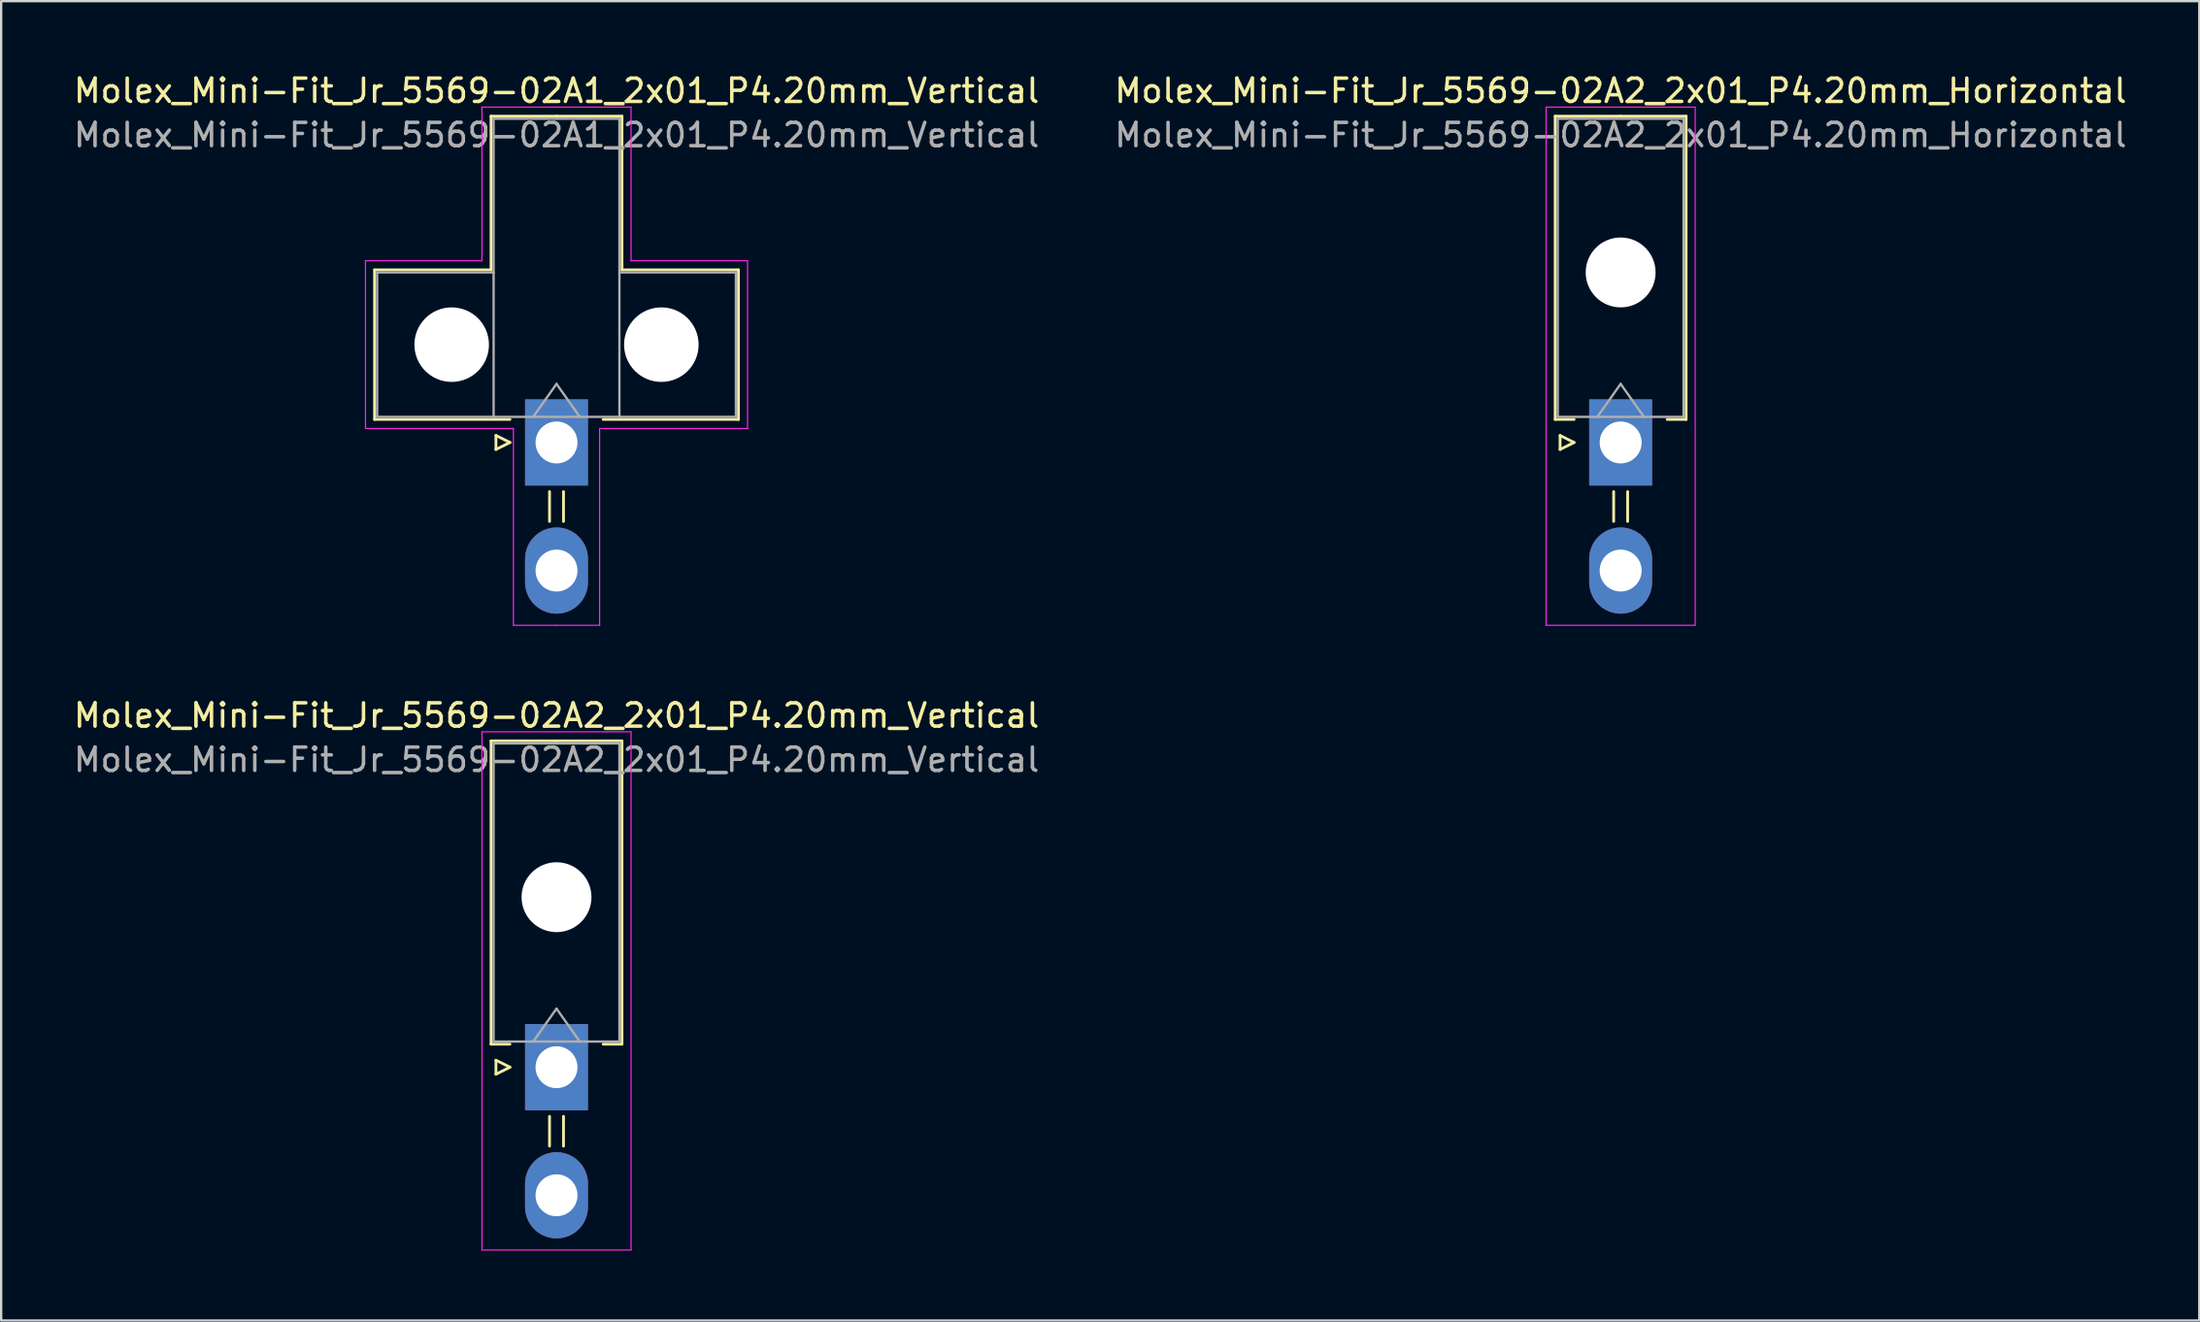
<source format=kicad_pcb>
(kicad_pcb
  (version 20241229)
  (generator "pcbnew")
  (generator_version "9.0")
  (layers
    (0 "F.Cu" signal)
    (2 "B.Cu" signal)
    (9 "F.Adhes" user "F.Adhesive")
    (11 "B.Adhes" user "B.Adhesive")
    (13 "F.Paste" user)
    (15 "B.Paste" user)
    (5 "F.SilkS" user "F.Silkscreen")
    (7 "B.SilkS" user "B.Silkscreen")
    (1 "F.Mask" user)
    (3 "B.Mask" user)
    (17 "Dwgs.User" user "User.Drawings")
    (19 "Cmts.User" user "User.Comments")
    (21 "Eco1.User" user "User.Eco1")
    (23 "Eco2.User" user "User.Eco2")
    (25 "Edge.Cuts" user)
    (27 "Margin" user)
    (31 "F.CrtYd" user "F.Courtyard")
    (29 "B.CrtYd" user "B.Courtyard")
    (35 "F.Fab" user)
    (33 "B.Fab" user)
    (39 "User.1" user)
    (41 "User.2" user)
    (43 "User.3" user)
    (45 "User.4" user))
  (footprint "Molex_Mini-Fit_Jr_5569-02A1_2x01_P4.20mm_Vertical"
    (layer "F.Cu")
    (at 20.839 15.948)
    (property "Reference" "Molex_Mini-Fit_Jr_5569-02A1_2x01_P4.20mm_Vertical" (at 0 -15.1 0) (layer "F.SilkS") (effects (font (size 1 1) (thickness 0.15))))
    (attr through_hole)
    (fp_line (start -7.81 -7.41) (end -7.81 -0.99) (stroke (width 0.12) (type solid)) (layer "F.SilkS"))
    (fp_line (start -7.81 -0.99) (end -2 -0.99) (stroke (width 0.12) (type solid)) (layer "F.SilkS"))
    (fp_line (start -2.81 -14.01) (end -2.81 -7.41) (stroke (width 0.12) (type solid)) (layer "F.SilkS"))
    (fp_line (start -2.81 -7.41) (end -7.81 -7.41) (stroke (width 0.12) (type solid)) (layer "F.SilkS"))
    (fp_line (start -2.6 -0.3) (end -2 0) (stroke (width 0.12) (type solid)) (layer "F.SilkS"))
    (fp_line (start -2.6 0.3) (end -2.6 -0.3) (stroke (width 0.12) (type solid)) (layer "F.SilkS"))
    (fp_line (start -2 0) (end -2.6 0.3) (stroke (width 0.12) (type solid)) (layer "F.SilkS"))
    (fp_line (start -0.3 2.11) (end -0.3 3.39) (stroke (width 0.12) (type solid)) (layer "F.SilkS"))
    (fp_line (start 0 -14.01) (end -2.81 -14.01) (stroke (width 0.12) (type solid)) (layer "F.SilkS"))
    (fp_line (start 0 -14.01) (end 2.81 -14.01) (stroke (width 0.12) (type solid)) (layer "F.SilkS"))
    (fp_line (start 0.3 2.11) (end 0.3 3.39) (stroke (width 0.12) (type solid)) (layer "F.SilkS"))
    (fp_line (start 2.81 -14.01) (end 2.81 -7.41) (stroke (width 0.12) (type solid)) (layer "F.SilkS"))
    (fp_line (start 2.81 -7.41) (end 7.81 -7.41) (stroke (width 0.12) (type solid)) (layer "F.SilkS"))
    (fp_line (start 7.81 -7.41) (end 7.81 -0.99) (stroke (width 0.12) (type solid)) (layer "F.SilkS"))
    (fp_line (start 7.81 -0.99) (end 2 -0.99) (stroke (width 0.12) (type solid)) (layer "F.SilkS"))
    (fp_line (start -8.2 -7.8) (end -8.2 -0.6) (stroke (width 0.05) (type solid)) (layer "F.CrtYd"))
    (fp_line (start -8.2 -0.6) (end -1.85 -0.6) (stroke (width 0.05) (type solid)) (layer "F.CrtYd"))
    (fp_line (start -3.2 -14.4) (end -3.2 -7.8) (stroke (width 0.05) (type solid)) (layer "F.CrtYd"))
    (fp_line (start -3.2 -7.8) (end -8.2 -7.8) (stroke (width 0.05) (type solid)) (layer "F.CrtYd"))
    (fp_line (start -1.85 -0.6) (end -1.85 7.85) (stroke (width 0.05) (type solid)) (layer "F.CrtYd"))
    (fp_line (start -1.85 7.85) (end 0 7.85) (stroke (width 0.05) (type solid)) (layer "F.CrtYd"))
    (fp_line (start 0 -14.4) (end -3.2 -14.4) (stroke (width 0.05) (type solid)) (layer "F.CrtYd"))
    (fp_line (start 0 -14.4) (end 3.2 -14.4) (stroke (width 0.05) (type solid)) (layer "F.CrtYd"))
    (fp_line (start 1.85 -0.6) (end 1.85 7.85) (stroke (width 0.05) (type solid)) (layer "F.CrtYd"))
    (fp_line (start 1.85 7.85) (end 0 7.85) (stroke (width 0.05) (type solid)) (layer "F.CrtYd"))
    (fp_line (start 3.2 -14.4) (end 3.2 -7.8) (stroke (width 0.05) (type solid)) (layer "F.CrtYd"))
    (fp_line (start 3.2 -7.8) (end 8.2 -7.8) (stroke (width 0.05) (type solid)) (layer "F.CrtYd"))
    (fp_line (start 8.2 -7.8) (end 8.2 -0.6) (stroke (width 0.05) (type solid)) (layer "F.CrtYd"))
    (fp_line (start 8.2 -0.6) (end 1.85 -0.6) (stroke (width 0.05) (type solid)) (layer "F.CrtYd"))
    (fp_line (start -7.7 -7.3) (end -7.7 -1.1) (stroke (width 0.1) (type solid)) (layer "F.Fab"))
    (fp_line (start -7.7 -1.1) (end -2.7 -1.1) (stroke (width 0.1) (type solid)) (layer "F.Fab"))
    (fp_line (start -2.7 -13.9) (end -2.7 -1.1) (stroke (width 0.1) (type solid)) (layer "F.Fab"))
    (fp_line (start -2.7 -7.3) (end -7.7 -7.3) (stroke (width 0.1) (type solid)) (layer "F.Fab"))
    (fp_line (start -2.7 -1.1) (end 2.7 -1.1) (stroke (width 0.1) (type solid)) (layer "F.Fab"))
    (fp_line (start -1 -1.1) (end 0 -2.514) (stroke (width 0.1) (type solid)) (layer "F.Fab"))
    (fp_line (start 0 -2.514) (end 1 -1.1) (stroke (width 0.1) (type solid)) (layer "F.Fab"))
    (fp_line (start 2.7 -13.9) (end -2.7 -13.9) (stroke (width 0.1) (type solid)) (layer "F.Fab"))
    (fp_line (start 2.7 -7.3) (end 7.7 -7.3) (stroke (width 0.1) (type solid)) (layer "F.Fab"))
    (fp_line (start 2.7 -1.1) (end 2.7 -13.9) (stroke (width 0.1) (type solid)) (layer "F.Fab"))
    (fp_line (start 7.7 -7.3) (end 7.7 -1.1) (stroke (width 0.1) (type solid)) (layer "F.Fab"))
    (fp_line (start 7.7 -1.1) (end 2.7 -1.1) (stroke (width 0.1) (type solid)) (layer "F.Fab"))
    (fp_text user "${REFERENCE}" (at 0 -13.2 0) (layer "F.Fab") (effects (font (size 1 1) (thickness 0.15))))
    (pad "" np_thru_hole circle (at -4.5 -4.2) (size 3.2 3.2) (drill 3.2) (layers "*.Cu" "*.Mask"))
    (pad "" np_thru_hole circle (at 4.5 -4.2) (size 3.2 3.2) (drill 3.2) (layers "*.Cu" "*.Mask"))
    (pad "1" thru_hole rect (at 0 0) (size 2.7 3.7) (drill 1.8) (layers "*.Cu" "*.Mask"))
    (pad "2" thru_hole oval (at 0 5.5) (size 2.7 3.7) (drill 1.8) (layers "*.Cu" "*.Mask")))
  (footprint "Molex_Mini-Fit_Jr_5569-02A2_2x01_P4.20mm_Horizontal"
    (layer "F.Cu")
    (at 66.518 15.948)
    (property "Reference" "Molex_Mini-Fit_Jr_5569-02A2_2x01_P4.20mm_Horizontal" (at 0 -15.1 0) (layer "F.SilkS") (effects (font (size 1 1) (thickness 0.15))))
    (attr through_hole)
    (fp_line (start -2.81 -14.01) (end 0 -14.01) (stroke (width 0.12) (type solid)) (layer "F.SilkS"))
    (fp_line (start -2.81 -0.99) (end -2.81 -14.01) (stroke (width 0.12) (type solid)) (layer "F.SilkS"))
    (fp_line (start -2.6 -0.3) (end -2 0) (stroke (width 0.12) (type solid)) (layer "F.SilkS"))
    (fp_line (start -2.6 0.3) (end -2.6 -0.3) (stroke (width 0.12) (type solid)) (layer "F.SilkS"))
    (fp_line (start -2 -0.99) (end -2.81 -0.99) (stroke (width 0.12) (type solid)) (layer "F.SilkS"))
    (fp_line (start -2 0) (end -2.6 0.3) (stroke (width 0.12) (type solid)) (layer "F.SilkS"))
    (fp_line (start -0.3 2.11) (end -0.3 3.39) (stroke (width 0.12) (type solid)) (layer "F.SilkS"))
    (fp_line (start 0.3 2.11) (end 0.3 3.39) (stroke (width 0.12) (type solid)) (layer "F.SilkS"))
    (fp_line (start 2 -0.99) (end 2.81 -0.99) (stroke (width 0.12) (type solid)) (layer "F.SilkS"))
    (fp_line (start 2.81 -14.01) (end 0 -14.01) (stroke (width 0.12) (type solid)) (layer "F.SilkS"))
    (fp_line (start 2.81 -0.99) (end 2.81 -14.01) (stroke (width 0.12) (type solid)) (layer "F.SilkS"))
    (fp_line (start -3.2 -14.4) (end -3.2 7.85) (stroke (width 0.05) (type solid)) (layer "F.CrtYd"))
    (fp_line (start -3.2 7.85) (end 3.2 7.85) (stroke (width 0.05) (type solid)) (layer "F.CrtYd"))
    (fp_line (start 3.2 -14.4) (end -3.2 -14.4) (stroke (width 0.05) (type solid)) (layer "F.CrtYd"))
    (fp_line (start 3.2 7.85) (end 3.2 -14.4) (stroke (width 0.05) (type solid)) (layer "F.CrtYd"))
    (fp_line (start -2.7 -13.9) (end -2.7 -1.1) (stroke (width 0.1) (type solid)) (layer "F.Fab"))
    (fp_line (start -2.7 -1.1) (end 2.7 -1.1) (stroke (width 0.1) (type solid)) (layer "F.Fab"))
    (fp_line (start -1 -1.1) (end 0 -2.514) (stroke (width 0.1) (type solid)) (layer "F.Fab"))
    (fp_line (start 0 -2.514) (end 1 -1.1) (stroke (width 0.1) (type solid)) (layer "F.Fab"))
    (fp_line (start 2.7 -13.9) (end -2.7 -13.9) (stroke (width 0.1) (type solid)) (layer "F.Fab"))
    (fp_line (start 2.7 -1.1) (end 2.7 -13.9) (stroke (width 0.1) (type solid)) (layer "F.Fab"))
    (fp_text user "${REFERENCE}" (at 0 -13.2 0) (layer "F.Fab") (effects (font (size 1 1) (thickness 0.15))))
    (pad "" np_thru_hole circle (at 0 -7.3) (size 3 3) (drill 3) (layers "*.Cu" "*.Mask"))
    (pad "1" thru_hole rect (at 0 0) (size 2.7 3.7) (drill 1.8) (layers "*.Cu" "*.Mask"))
    (pad "2" thru_hole oval (at 0 5.5) (size 2.7 3.7) (drill 1.8) (layers "*.Cu" "*.Mask")))
  (footprint "Molex_Mini-Fit_Jr_5569-02A2_2x01_P4.20mm_Vertical"
    (layer "F.Cu")
    (at 20.839 42.772)
    (property "Reference" "Molex_Mini-Fit_Jr_5569-02A2_2x01_P4.20mm_Vertical" (at 0 -15.1 0) (layer "F.SilkS") (effects (font (size 1 1) (thickness 0.15))))
    (attr through_hole)
    (fp_line (start -2.81 -14.01) (end 0 -14.01) (stroke (width 0.12) (type solid)) (layer "F.SilkS"))
    (fp_line (start -2.81 -0.99) (end -2.81 -14.01) (stroke (width 0.12) (type solid)) (layer "F.SilkS"))
    (fp_line (start -2.6 -0.3) (end -2 0) (stroke (width 0.12) (type solid)) (layer "F.SilkS"))
    (fp_line (start -2.6 0.3) (end -2.6 -0.3) (stroke (width 0.12) (type solid)) (layer "F.SilkS"))
    (fp_line (start -2 -0.99) (end -2.81 -0.99) (stroke (width 0.12) (type solid)) (layer "F.SilkS"))
    (fp_line (start -2 0) (end -2.6 0.3) (stroke (width 0.12) (type solid)) (layer "F.SilkS"))
    (fp_line (start -0.3 2.11) (end -0.3 3.39) (stroke (width 0.12) (type solid)) (layer "F.SilkS"))
    (fp_line (start 0.3 2.11) (end 0.3 3.39) (stroke (width 0.12) (type solid)) (layer "F.SilkS"))
    (fp_line (start 2 -0.99) (end 2.81 -0.99) (stroke (width 0.12) (type solid)) (layer "F.SilkS"))
    (fp_line (start 2.81 -14.01) (end 0 -14.01) (stroke (width 0.12) (type solid)) (layer "F.SilkS"))
    (fp_line (start 2.81 -0.99) (end 2.81 -14.01) (stroke (width 0.12) (type solid)) (layer "F.SilkS"))
    (fp_line (start -3.2 -14.4) (end -3.2 7.85) (stroke (width 0.05) (type solid)) (layer "F.CrtYd"))
    (fp_line (start -3.2 7.85) (end 3.2 7.85) (stroke (width 0.05) (type solid)) (layer "F.CrtYd"))
    (fp_line (start 3.2 -14.4) (end -3.2 -14.4) (stroke (width 0.05) (type solid)) (layer "F.CrtYd"))
    (fp_line (start 3.2 7.85) (end 3.2 -14.4) (stroke (width 0.05) (type solid)) (layer "F.CrtYd"))
    (fp_line (start -2.7 -13.9) (end -2.7 -1.1) (stroke (width 0.1) (type solid)) (layer "F.Fab"))
    (fp_line (start -2.7 -1.1) (end 2.7 -1.1) (stroke (width 0.1) (type solid)) (layer "F.Fab"))
    (fp_line (start -1 -1.1) (end 0 -2.514) (stroke (width 0.1) (type solid)) (layer "F.Fab"))
    (fp_line (start 0 -2.514) (end 1 -1.1) (stroke (width 0.1) (type solid)) (layer "F.Fab"))
    (fp_line (start 2.7 -13.9) (end -2.7 -13.9) (stroke (width 0.1) (type solid)) (layer "F.Fab"))
    (fp_line (start 2.7 -1.1) (end 2.7 -13.9) (stroke (width 0.1) (type solid)) (layer "F.Fab"))
    (fp_text user "${REFERENCE}" (at 0 -13.2 0) (layer "F.Fab") (effects (font (size 1 1) (thickness 0.15))))
    (pad "" np_thru_hole circle (at 0 -7.3) (size 3 3) (drill 3) (layers "*.Cu" "*.Mask"))
    (pad "1" thru_hole rect (at 0 0) (size 2.7 3.7) (drill 1.8) (layers "*.Cu" "*.Mask"))
    (pad "2" thru_hole oval (at 0 5.5) (size 2.7 3.7) (drill 1.8) (layers "*.Cu" "*.Mask")))
  (gr_rect
    (start -3 -3)
    (end 91.357 53.647)
    (stroke (width 0.1) (type default))
    (fill no)
    (layer "Edge.Cuts")))
</source>
